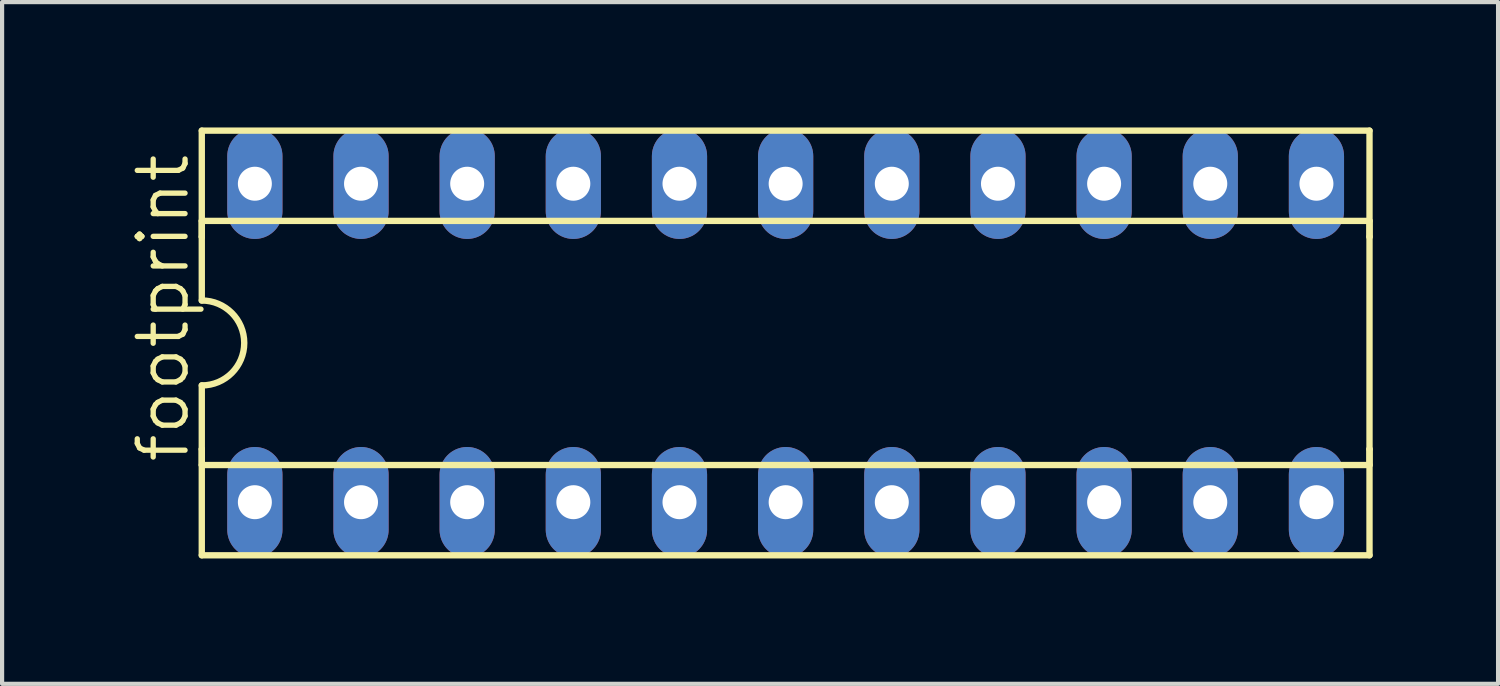
<source format=kicad_pcb>
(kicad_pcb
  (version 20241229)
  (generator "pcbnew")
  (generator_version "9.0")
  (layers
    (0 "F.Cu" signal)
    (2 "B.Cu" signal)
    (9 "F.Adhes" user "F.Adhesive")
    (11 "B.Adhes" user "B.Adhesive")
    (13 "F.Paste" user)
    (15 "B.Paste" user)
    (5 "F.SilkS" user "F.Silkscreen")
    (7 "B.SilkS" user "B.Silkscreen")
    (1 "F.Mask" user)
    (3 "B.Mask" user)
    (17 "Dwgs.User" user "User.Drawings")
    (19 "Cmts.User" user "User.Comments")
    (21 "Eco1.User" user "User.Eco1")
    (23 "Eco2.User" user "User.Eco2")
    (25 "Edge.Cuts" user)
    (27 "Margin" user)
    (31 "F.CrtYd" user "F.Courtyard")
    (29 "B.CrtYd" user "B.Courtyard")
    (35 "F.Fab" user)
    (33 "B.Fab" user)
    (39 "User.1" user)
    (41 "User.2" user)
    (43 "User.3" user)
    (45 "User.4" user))
  (footprint "footprint"
    (layer "F.Cu")
    (at 15.748 5.156)
    (property "Reference" "footprint" (at -14.224 2.921 90) (layer "F.SilkS") (effects (font (size 1.143 1.143) (thickness 0.127)) (justify left bottom)))
    (fp_line (start -13.97 -5.08) (end -13.97 -2.54) (stroke (width 0.152) (type solid)) (layer "F.SilkS"))
    (fp_line (start -13.97 -2.921) (end -13.97 -2.54) (stroke (width 0.152) (type solid)) (layer "F.SilkS"))
    (fp_line (start -13.97 -2.54) (end -13.97 -1.016) (stroke (width 0.152) (type solid)) (layer "F.SilkS"))
    (fp_line (start -13.97 2.54) (end -13.97 1.016) (stroke (width 0.152) (type solid)) (layer "F.SilkS"))
    (fp_line (start -13.97 2.921) (end -13.97 2.54) (stroke (width 0.152) (type solid)) (layer "F.SilkS"))
    (fp_line (start -13.97 2.921) (end 13.97 2.921) (stroke (width 0.152) (type solid)) (layer "F.SilkS"))
    (fp_line (start -13.97 5.08) (end -13.97 2.54) (stroke (width 0.152) (type solid)) (layer "F.SilkS"))
    (fp_line (start -13.97 5.08) (end 13.97 5.08) (stroke (width 0.152) (type solid)) (layer "F.SilkS"))
    (fp_line (start 13.97 -5.08) (end -13.97 -5.08) (stroke (width 0.152) (type solid)) (layer "F.SilkS"))
    (fp_line (start 13.97 -5.08) (end 13.97 -2.54) (stroke (width 0.152) (type solid)) (layer "F.SilkS"))
    (fp_line (start 13.97 -2.921) (end -13.97 -2.921) (stroke (width 0.152) (type solid)) (layer "F.SilkS"))
    (fp_line (start 13.97 -2.921) (end 13.97 -2.54) (stroke (width 0.152) (type solid)) (layer "F.SilkS"))
    (fp_line (start 13.97 -2.54) (end 13.97 2.54) (stroke (width 0.152) (type solid)) (layer "F.SilkS"))
    (fp_line (start 13.97 2.54) (end 13.97 2.921) (stroke (width 0.152) (type solid)) (layer "F.SilkS"))
    (fp_line (start 13.97 5.08) (end 13.97 2.54) (stroke (width 0.152) (type solid)) (layer "F.SilkS"))
    (fp_arc (start -13.97 -1.016) (mid -12.954 0) (end -13.97 1.016) (stroke (width 0.1524) (type solid)) (layer "F.SilkS"))
    (pad "1" thru_hole oval (at -12.7 3.81 90) (size 2.642 1.321) (drill 0.813) (layers "*.Cu" "*.Mask"))
    (pad "2" thru_hole oval (at -10.16 3.81 90) (size 2.642 1.321) (drill 0.813) (layers "*.Cu" "*.Mask"))
    (pad "3" thru_hole oval (at -7.62 3.81 90) (size 2.642 1.321) (drill 0.813) (layers "*.Cu" "*.Mask"))
    (pad "4" thru_hole oval (at -5.08 3.81 90) (size 2.642 1.321) (drill 0.813) (layers "*.Cu" "*.Mask"))
    (pad "5" thru_hole oval (at -2.54 3.81 90) (size 2.642 1.321) (drill 0.813) (layers "*.Cu" "*.Mask"))
    (pad "6" thru_hole oval (at 0 3.81 90) (size 2.642 1.321) (drill 0.813) (layers "*.Cu" "*.Mask"))
    (pad "7" thru_hole oval (at 2.54 3.81 90) (size 2.642 1.321) (drill 0.813) (layers "*.Cu" "*.Mask"))
    (pad "8" thru_hole oval (at 5.08 3.81 90) (size 2.642 1.321) (drill 0.813) (layers "*.Cu" "*.Mask"))
    (pad "9" thru_hole oval (at 7.62 3.81 90) (size 2.642 1.321) (drill 0.813) (layers "*.Cu" "*.Mask"))
    (pad "10" thru_hole oval (at 10.16 3.81 90) (size 2.642 1.321) (drill 0.813) (layers "*.Cu" "*.Mask"))
    (pad "11" thru_hole oval (at 12.7 3.81 90) (size 2.642 1.321) (drill 0.813) (layers "*.Cu" "*.Mask"))
    (pad "12" thru_hole oval (at 12.7 -3.81 90) (size 2.642 1.321) (drill 0.813) (layers "*.Cu" "*.Mask"))
    (pad "13" thru_hole oval (at 10.16 -3.81 90) (size 2.642 1.321) (drill 0.813) (layers "*.Cu" "*.Mask"))
    (pad "14" thru_hole oval (at 7.62 -3.81 90) (size 2.642 1.321) (drill 0.813) (layers "*.Cu" "*.Mask"))
    (pad "15" thru_hole oval (at 5.08 -3.81 90) (size 2.642 1.321) (drill 0.813) (layers "*.Cu" "*.Mask"))
    (pad "16" thru_hole oval (at 2.54 -3.81 90) (size 2.642 1.321) (drill 0.813) (layers "*.Cu" "*.Mask"))
    (pad "17" thru_hole oval (at 0 -3.81 90) (size 2.642 1.321) (drill 0.813) (layers "*.Cu" "*.Mask"))
    (pad "18" thru_hole oval (at -2.54 -3.81 90) (size 2.642 1.321) (drill 0.813) (layers "*.Cu" "*.Mask"))
    (pad "19" thru_hole oval (at -5.08 -3.81 90) (size 2.642 1.321) (drill 0.813) (layers "*.Cu" "*.Mask"))
    (pad "20" thru_hole oval (at -7.62 -3.81 90) (size 2.642 1.321) (drill 0.813) (layers "*.Cu" "*.Mask"))
    (pad "21" thru_hole oval (at -10.16 -3.81 90) (size 2.642 1.321) (drill 0.813) (layers "*.Cu" "*.Mask"))
    (pad "22" thru_hole oval (at -12.7 -3.81 90) (size 2.642 1.321) (drill 0.813) (layers "*.Cu" "*.Mask")))
  (gr_rect
    (start -3 -3)
    (end 32.794 13.312)
    (stroke (width 0.1) (type default))
    (fill no)
    (layer "Edge.Cuts")))
</source>
